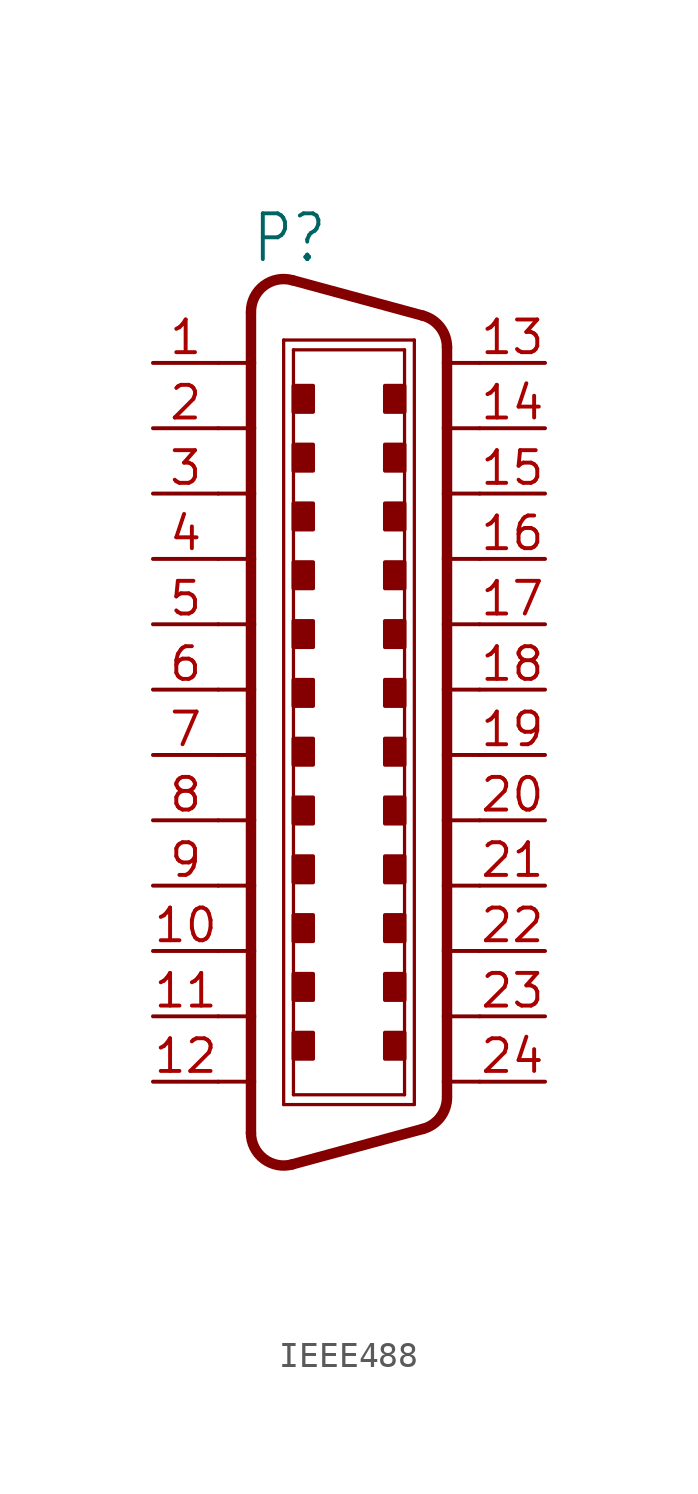
<source format=kicad_sym>
(kicad_symbol_lib
  (version 20220914)
  (generator kicad_symbol_editor)
  (symbol "IEEE488"
    (property "Reference" "P"
      (at -3.81 16.51 0)
      (effects (font (size 1.778 1.511)) (justify left bottom)))
    (property "Value" ""
      (at -3.81 -20.955 0)
      (effects (font (size 1.778 1.511)) (justify left bottom)))
    (property "ki_locked" ""
      (at 0 0 0)
      (effects (font (size 1.27 1.27))))
    (symbol "IEEE488_1_0"
      (arc (start -3.81 -17.2298) (mid -3.3114 -18.2388) (end -2.2069 -18.4554) (stroke (width 0.4064) (type solid)) (fill (type none)))
      (arc (start -2.2069 15.9154) (mid -3.3113 15.6987) (end -3.81 14.6898) (stroke (width 0.4064) (type solid)) (fill (type none)))
      (rectangle (start -2.159 -14.351) (end -1.397 -13.335) (stroke (width 0) (type default)) (fill (type outline)))
      (rectangle (start -2.159 -12.065) (end -1.397 -11.049) (stroke (width 0) (type default)) (fill (type outline)))
      (rectangle (start -2.159 -9.779) (end -1.397 -8.763) (stroke (width 0) (type default)) (fill (type outline)))
      (rectangle (start -2.159 -7.493) (end -1.397 -6.477) (stroke (width 0) (type default)) (fill (type outline)))
      (rectangle (start -2.159 -5.207) (end -1.397 -4.191) (stroke (width 0) (type default)) (fill (type outline)))
      (rectangle (start -2.159 -2.921) (end -1.397 -1.905) (stroke (width 0) (type default)) (fill (type outline)))
      (rectangle (start -2.159 -0.635) (end -1.397 0.381) (stroke (width 0) (type default)) (fill (type outline)))
      (rectangle (start -2.159 1.651) (end -1.397 2.667) (stroke (width 0) (type default)) (fill (type outline)))
      (rectangle (start -2.159 3.937) (end -1.397 4.953) (stroke (width 0) (type default)) (fill (type outline)))
      (rectangle (start -2.159 6.223) (end -1.397 7.239) (stroke (width 0) (type default)) (fill (type outline)))
      (rectangle (start -2.159 8.509) (end -1.397 9.525) (stroke (width 0) (type default)) (fill (type outline)))
      (rectangle (start -2.159 10.795) (end -1.397 11.811) (stroke (width 0) (type default)) (fill (type outline)))
      (polyline (pts (xy -5.08 -15.24) (xy -3.81 -15.24)) (stroke (width 0.152) (type solid)) (fill (type none)))
      (polyline (pts (xy -5.08 -12.7) (xy -3.81 -12.7)) (stroke (width 0.152) (type solid)) (fill (type none)))
      (polyline (pts (xy -5.08 -10.16) (xy -3.81 -10.16)) (stroke (width 0.152) (type solid)) (fill (type none)))
      (polyline (pts (xy -5.08 -7.62) (xy -3.81 -7.62)) (stroke (width 0.152) (type solid)) (fill (type none)))
      (polyline (pts (xy -5.08 7.62) (xy -3.81 7.62)) (stroke (width 0.152) (type solid)) (fill (type none)))
      (polyline (pts (xy -5.08 10.16) (xy -3.81 10.16)) (stroke (width 0.152) (type solid)) (fill (type none)))
      (polyline (pts (xy -5.08 12.7) (xy -3.81 12.7)) (stroke (width 0.152) (type solid)) (fill (type none)))
      (polyline (pts (xy -3.81 -15.24) (xy -3.81 -17.23)) (stroke (width 0.406) (type solid)) (fill (type none)))
      (polyline (pts (xy -3.81 -12.7) (xy -3.81 -15.24)) (stroke (width 0.406) (type solid)) (fill (type none)))
      (polyline (pts (xy -3.81 -10.16) (xy -3.81 -12.7)) (stroke (width 0.406) (type solid)) (fill (type none)))
      (polyline (pts (xy -3.81 -7.62) (xy -3.81 -10.16)) (stroke (width 0.406) (type solid)) (fill (type none)))
      (polyline (pts (xy -3.81 -5.08) (xy -5.08 -5.08)) (stroke (width 0.152) (type solid)) (fill (type none)))
      (polyline (pts (xy -3.81 -5.08) (xy -3.81 -7.62)) (stroke (width 0.406) (type solid)) (fill (type none)))
      (polyline (pts (xy -3.81 -2.54) (xy -5.08 -2.54)) (stroke (width 0.152) (type solid)) (fill (type none)))
      (polyline (pts (xy -3.81 -2.54) (xy -3.81 -5.08)) (stroke (width 0.406) (type solid)) (fill (type none)))
      (polyline (pts (xy -3.81 0) (xy -5.08 0)) (stroke (width 0.152) (type solid)) (fill (type none)))
      (polyline (pts (xy -3.81 0) (xy -3.81 -2.54)) (stroke (width 0.406) (type solid)) (fill (type none)))
      (polyline (pts (xy -3.81 2.54) (xy -5.08 2.54)) (stroke (width 0.152) (type solid)) (fill (type none)))
      (polyline (pts (xy -3.81 2.54) (xy -3.81 0)) (stroke (width 0.406) (type solid)) (fill (type none)))
      (polyline (pts (xy -3.81 5.08) (xy -5.08 5.08)) (stroke (width 0.152) (type solid)) (fill (type none)))
      (polyline (pts (xy -3.81 5.08) (xy -3.81 2.54)) (stroke (width 0.406) (type solid)) (fill (type none)))
      (polyline (pts (xy -3.81 7.62) (xy -3.81 5.08)) (stroke (width 0.406) (type solid)) (fill (type none)))
      (polyline (pts (xy -3.81 10.16) (xy -3.81 7.62)) (stroke (width 0.406) (type solid)) (fill (type none)))
      (polyline (pts (xy -3.81 12.7) (xy -3.81 10.16)) (stroke (width 0.406) (type solid)) (fill (type none)))
      (polyline (pts (xy -3.81 14.644) (xy -3.81 12.7)) (stroke (width 0.406) (type solid)) (fill (type none)))
      (polyline (pts (xy -2.54 -16.129) (xy -2.54 13.589)) (stroke (width 0.127) (type solid)) (fill (type none)))
      (polyline (pts (xy -2.54 -16.129) (xy 2.54 -16.129)) (stroke (width 0.127) (type solid)) (fill (type none)))
      (polyline (pts (xy -2.54 13.589) (xy 2.54 13.589)) (stroke (width 0.127) (type solid)) (fill (type none)))
      (polyline (pts (xy -2.159 -15.748) (xy -2.159 13.208)) (stroke (width 0.127) (type solid)) (fill (type none)))
      (polyline (pts (xy -2.159 13.208) (xy 2.159 13.208)) (stroke (width 0.127) (type solid)) (fill (type none)))
      (polyline (pts (xy 2.159 -15.748) (xy -2.159 -15.748)) (stroke (width 0.127) (type solid)) (fill (type none)))
      (polyline (pts (xy 2.159 13.208) (xy 2.159 -15.748)) (stroke (width 0.127) (type solid)) (fill (type none)))
      (polyline (pts (xy 2.54 -16.129) (xy 2.54 13.589)) (stroke (width 0.127) (type solid)) (fill (type none)))
      (polyline (pts (xy 2.873 -17.075) (xy -2.207 -18.455)) (stroke (width 0.406) (type solid)) (fill (type none)))
      (polyline (pts (xy 2.873 14.535) (xy -2.207 15.915)) (stroke (width 0.406) (type solid)) (fill (type none)))
      (polyline (pts (xy 3.81 -15.803) (xy 3.81 -15.24)) (stroke (width 0.406) (type solid)) (fill (type none)))
      (polyline (pts (xy 3.81 -15.24) (xy 3.81 -12.7)) (stroke (width 0.406) (type solid)) (fill (type none)))
      (polyline (pts (xy 3.81 -12.7) (xy 3.81 -10.16)) (stroke (width 0.406) (type solid)) (fill (type none)))
      (polyline (pts (xy 3.81 -10.16) (xy 3.81 -7.62)) (stroke (width 0.406) (type solid)) (fill (type none)))
      (polyline (pts (xy 3.81 -7.62) (xy 3.81 -5.08)) (stroke (width 0.406) (type solid)) (fill (type none)))
      (polyline (pts (xy 3.81 -5.08) (xy 3.81 -2.54)) (stroke (width 0.406) (type solid)) (fill (type none)))
      (polyline (pts (xy 3.81 -2.54) (xy 3.81 0)) (stroke (width 0.406) (type solid)) (fill (type none)))
      (polyline (pts (xy 3.81 0) (xy 3.81 2.54)) (stroke (width 0.406) (type solid)) (fill (type none)))
      (polyline (pts (xy 3.81 2.54) (xy 3.81 5.08)) (stroke (width 0.406) (type solid)) (fill (type none)))
      (polyline (pts (xy 3.81 5.08) (xy 3.81 7.62)) (stroke (width 0.406) (type solid)) (fill (type none)))
      (polyline (pts (xy 3.81 7.62) (xy 3.81 10.16)) (stroke (width 0.406) (type solid)) (fill (type none)))
      (polyline (pts (xy 3.81 10.16) (xy 3.81 12.7)) (stroke (width 0.406) (type solid)) (fill (type none)))
      (polyline (pts (xy 3.81 12.7) (xy 3.81 13.31)) (stroke (width 0.406) (type solid)) (fill (type none)))
      (polyline (pts (xy 5.08 -15.24) (xy 3.81 -15.24)) (stroke (width 0.152) (type solid)) (fill (type none)))
      (polyline (pts (xy 5.08 -12.7) (xy 3.81 -12.7)) (stroke (width 0.152) (type solid)) (fill (type none)))
      (polyline (pts (xy 5.08 -10.16) (xy 3.81 -10.16)) (stroke (width 0.152) (type solid)) (fill (type none)))
      (polyline (pts (xy 5.08 -7.62) (xy 3.81 -7.62)) (stroke (width 0.152) (type solid)) (fill (type none)))
      (polyline (pts (xy 5.08 -5.08) (xy 3.81 -5.08)) (stroke (width 0.152) (type solid)) (fill (type none)))
      (polyline (pts (xy 5.08 -2.54) (xy 3.81 -2.54)) (stroke (width 0.152) (type solid)) (fill (type none)))
      (polyline (pts (xy 5.08 0) (xy 3.81 0)) (stroke (width 0.152) (type solid)) (fill (type none)))
      (polyline (pts (xy 5.08 2.54) (xy 3.81 2.54)) (stroke (width 0.152) (type solid)) (fill (type none)))
      (polyline (pts (xy 5.08 5.08) (xy 3.81 5.08)) (stroke (width 0.152) (type solid)) (fill (type none)))
      (polyline (pts (xy 5.08 7.62) (xy 3.81 7.62)) (stroke (width 0.152) (type solid)) (fill (type none)))
      (polyline (pts (xy 5.08 10.16) (xy 3.81 10.16)) (stroke (width 0.152) (type solid)) (fill (type none)))
      (polyline (pts (xy 5.08 12.7) (xy 3.81 12.7)) (stroke (width 0.152) (type solid)) (fill (type none)))
      (rectangle (start 1.397 -14.351) (end 2.159 -13.335) (stroke (width 0) (type default)) (fill (type outline)))
      (rectangle (start 1.397 -12.065) (end 2.159 -11.049) (stroke (width 0) (type default)) (fill (type outline)))
      (rectangle (start 1.397 -9.779) (end 2.159 -8.763) (stroke (width 0) (type default)) (fill (type outline)))
      (rectangle (start 1.397 -7.493) (end 2.159 -6.477) (stroke (width 0) (type default)) (fill (type outline)))
      (rectangle (start 1.397 -5.207) (end 2.159 -4.191) (stroke (width 0) (type default)) (fill (type outline)))
      (rectangle (start 1.397 -2.921) (end 2.159 -1.905) (stroke (width 0) (type default)) (fill (type outline)))
      (rectangle (start 1.397 -0.635) (end 2.159 0.381) (stroke (width 0) (type default)) (fill (type outline)))
      (rectangle (start 1.397 1.651) (end 2.159 2.667) (stroke (width 0) (type default)) (fill (type outline)))
      (rectangle (start 1.397 3.937) (end 2.159 4.953) (stroke (width 0) (type default)) (fill (type outline)))
      (rectangle (start 1.397 6.223) (end 2.159 7.239) (stroke (width 0) (type default)) (fill (type outline)))
      (rectangle (start 1.397 8.509) (end 2.159 9.525) (stroke (width 0) (type default)) (fill (type outline)))
      (rectangle (start 1.397 10.795) (end 2.159 11.811) (stroke (width 0) (type default)) (fill (type outline)))
      (arc (start 2.873 -17.0751) (mid 3.5489 -16.6209) (end 3.81 -15.8495) (stroke (width 0.4064) (type solid)) (fill (type none)))
      (arc (start 3.81 13.3096) (mid 3.5489 14.081) (end 2.873 14.5352) (stroke (width 0.4064) (type solid)) (fill (type none)))
      (pin passive line (at -7.62 12.7 0) (length 2.54) (name "1" (effects (font (size 0 0)))) (number "1" (effects (font (size 1.27 1.27)))))
      (pin passive line (at -7.62 -10.16 0) (length 2.54) (name "10" (effects (font (size 0 0)))) (number "10" (effects (font (size 1.27 1.27)))))
      (pin passive line (at -7.62 -12.7 0) (length 2.54) (name "11" (effects (font (size 0 0)))) (number "11" (effects (font (size 1.27 1.27)))))
      (pin passive line (at -7.62 -15.24 0) (length 2.54) (name "12" (effects (font (size 0 0)))) (number "12" (effects (font (size 1.27 1.27)))))
      (pin passive line (at 7.62 12.7 180) (length 2.54) (name "13" (effects (font (size 0 0)))) (number "13" (effects (font (size 1.27 1.27)))))
      (pin passive line (at 7.62 10.16 180) (length 2.54) (name "14" (effects (font (size 0 0)))) (number "14" (effects (font (size 1.27 1.27)))))
      (pin passive line (at 7.62 7.62 180) (length 2.54) (name "15" (effects (font (size 0 0)))) (number "15" (effects (font (size 1.27 1.27)))))
      (pin passive line (at 7.62 5.08 180) (length 2.54) (name "16" (effects (font (size 0 0)))) (number "16" (effects (font (size 1.27 1.27)))))
      (pin passive line (at 7.62 2.54 180) (length 2.54) (name "17" (effects (font (size 0 0)))) (number "17" (effects (font (size 1.27 1.27)))))
      (pin passive line (at 7.62 0 180) (length 2.54) (name "18" (effects (font (size 0 0)))) (number "18" (effects (font (size 1.27 1.27)))))
      (pin passive line (at 7.62 -2.54 180) (length 2.54) (name "19" (effects (font (size 0 0)))) (number "19" (effects (font (size 1.27 1.27)))))
      (pin passive line (at -7.62 10.16 0) (length 2.54) (name "2" (effects (font (size 0 0)))) (number "2" (effects (font (size 1.27 1.27)))))
      (pin passive line (at 7.62 -5.08 180) (length 2.54) (name "20" (effects (font (size 0 0)))) (number "20" (effects (font (size 1.27 1.27)))))
      (pin passive line (at 7.62 -7.62 180) (length 2.54) (name "21" (effects (font (size 0 0)))) (number "21" (effects (font (size 1.27 1.27)))))
      (pin passive line (at 7.62 -10.16 180) (length 2.54) (name "22" (effects (font (size 0 0)))) (number "22" (effects (font (size 1.27 1.27)))))
      (pin passive line (at 7.62 -12.7 180) (length 2.54) (name "23" (effects (font (size 0 0)))) (number "23" (effects (font (size 1.27 1.27)))))
      (pin passive line (at 7.62 -15.24 180) (length 2.54) (name "24" (effects (font (size 0 0)))) (number "24" (effects (font (size 1.27 1.27)))))
      (pin passive line (at -7.62 7.62 0) (length 2.54) (name "3" (effects (font (size 0 0)))) (number "3" (effects (font (size 1.27 1.27)))))
      (pin passive line (at -7.62 5.08 0) (length 2.54) (name "4" (effects (font (size 0 0)))) (number "4" (effects (font (size 1.27 1.27)))))
      (pin passive line (at -7.62 2.54 0) (length 2.54) (name "5" (effects (font (size 0 0)))) (number "5" (effects (font (size 1.27 1.27)))))
      (pin passive line (at -7.62 0 0) (length 2.54) (name "6" (effects (font (size 0 0)))) (number "6" (effects (font (size 1.27 1.27)))))
      (pin passive line (at -7.62 -2.54 0) (length 2.54) (name "7" (effects (font (size 0 0)))) (number "7" (effects (font (size 1.27 1.27)))))
      (pin passive line (at -7.62 -5.08 0) (length 2.54) (name "8" (effects (font (size 0 0)))) (number "8" (effects (font (size 1.27 1.27)))))
      (pin passive line (at -7.62 -7.62 0) (length 2.54) (name "9" (effects (font (size 0 0)))) (number "9" (effects (font (size 1.27 1.27))))))))
</source>
